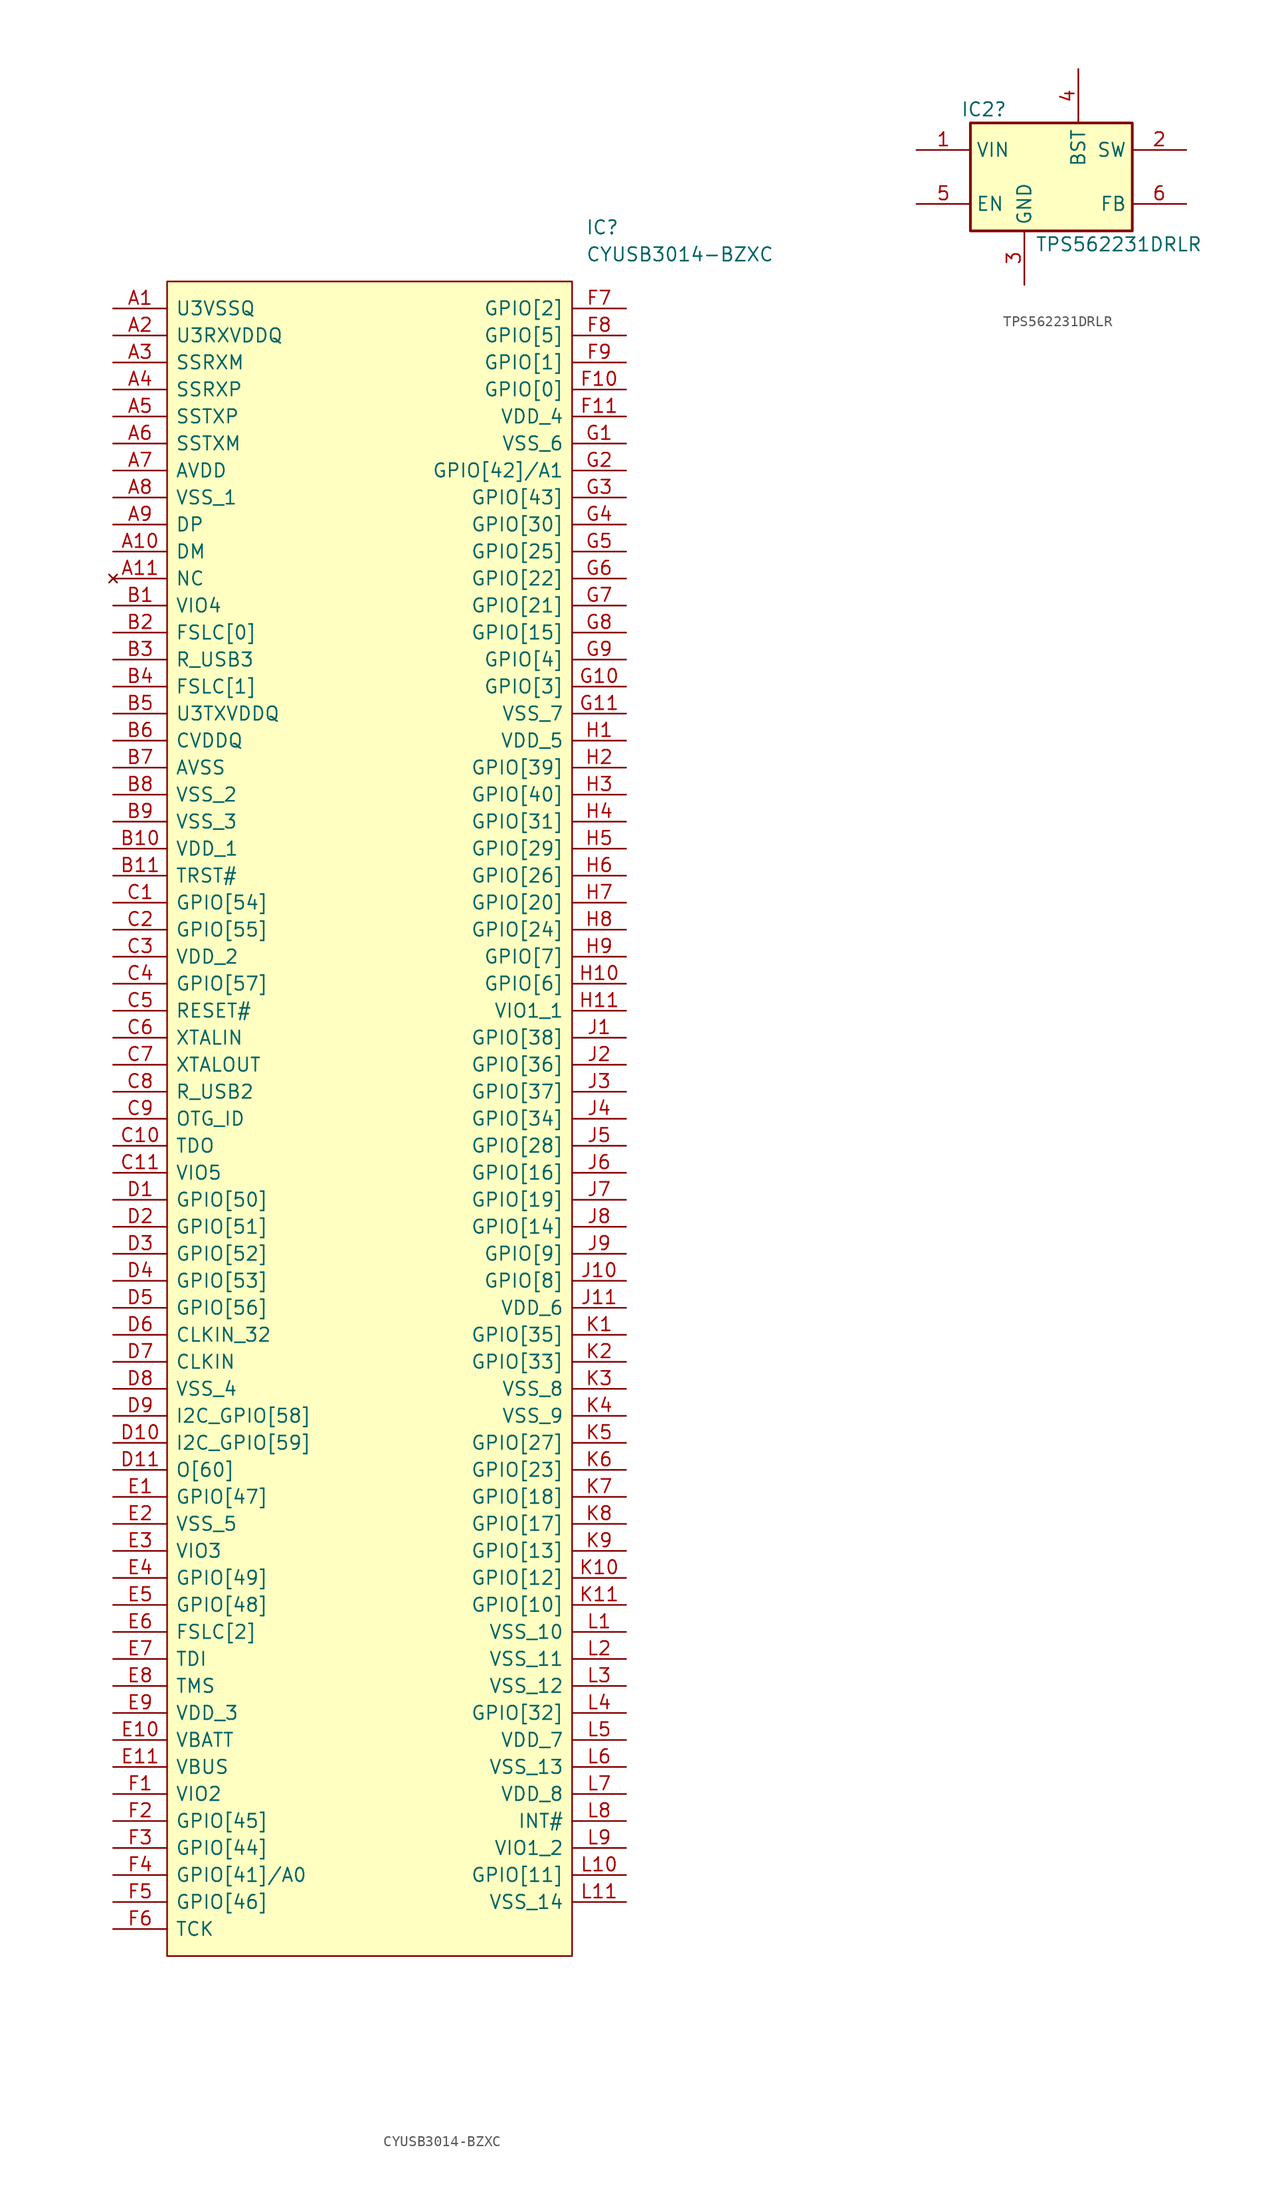
<source format=kicad_sym>
(kicad_symbol_lib
  (version 20220914)
  (generator kicad_symbol_editor)
  (symbol "CYUSB3014-BZXC"
    (pin_names
      (offset 0.762))
    (property "Reference" "IC"
      (at 44.45 7.62 0)
      (effects (font (size 1.27 1.27)) (justify left)))
    (property "Value" "CYUSB3014-BZXC"
      (at 44.45 5.08 0)
      (effects (font (size 1.27 1.27)) (justify left)))
    (symbol "CYUSB3014-BZXC_0_0"
      (pin passive line (at 0 0 0) (length 5.08) (name "U3VSSQ" (effects (font (size 1.27 1.27)))) (number "A1" (effects (font (size 1.27 1.27)))))
      (pin passive line (at 0 -22.86 0) (length 5.08) (name "DM" (effects (font (size 1.27 1.27)))) (number "A10" (effects (font (size 1.27 1.27)))))
      (pin no_connect line (at 0 -25.4 0) (length 5.08) (name "NC" (effects (font (size 1.27 1.27)))) (number "A11" (effects (font (size 1.27 1.27)))))
      (pin passive line (at 0 -2.54 0) (length 5.08) (name "U3RXVDDQ" (effects (font (size 1.27 1.27)))) (number "A2" (effects (font (size 1.27 1.27)))))
      (pin passive line (at 0 -5.08 0) (length 5.08) (name "SSRXM" (effects (font (size 1.27 1.27)))) (number "A3" (effects (font (size 1.27 1.27)))))
      (pin passive line (at 0 -7.62 0) (length 5.08) (name "SSRXP" (effects (font (size 1.27 1.27)))) (number "A4" (effects (font (size 1.27 1.27)))))
      (pin passive line (at 0 -10.16 0) (length 5.08) (name "SSTXP" (effects (font (size 1.27 1.27)))) (number "A5" (effects (font (size 1.27 1.27)))))
      (pin passive line (at 0 -12.7 0) (length 5.08) (name "SSTXM" (effects (font (size 1.27 1.27)))) (number "A6" (effects (font (size 1.27 1.27)))))
      (pin passive line (at 0 -15.24 0) (length 5.08) (name "AVDD" (effects (font (size 1.27 1.27)))) (number "A7" (effects (font (size 1.27 1.27)))))
      (pin passive line (at 0 -17.78 0) (length 5.08) (name "VSS_1" (effects (font (size 1.27 1.27)))) (number "A8" (effects (font (size 1.27 1.27)))))
      (pin passive line (at 0 -20.32 0) (length 5.08) (name "DP" (effects (font (size 1.27 1.27)))) (number "A9" (effects (font (size 1.27 1.27)))))
      (pin passive line (at 0 -27.94 0) (length 5.08) (name "VIO4" (effects (font (size 1.27 1.27)))) (number "B1" (effects (font (size 1.27 1.27)))))
      (pin passive line (at 0 -50.8 0) (length 5.08) (name "VDD_1" (effects (font (size 1.27 1.27)))) (number "B10" (effects (font (size 1.27 1.27)))))
      (pin passive line (at 0 -53.34 0) (length 5.08) (name "TRST#" (effects (font (size 1.27 1.27)))) (number "B11" (effects (font (size 1.27 1.27)))))
      (pin passive line (at 0 -30.48 0) (length 5.08) (name "FSLC[0]" (effects (font (size 1.27 1.27)))) (number "B2" (effects (font (size 1.27 1.27)))))
      (pin passive line (at 0 -33.02 0) (length 5.08) (name "R_USB3" (effects (font (size 1.27 1.27)))) (number "B3" (effects (font (size 1.27 1.27)))))
      (pin passive line (at 0 -35.56 0) (length 5.08) (name "FSLC[1]" (effects (font (size 1.27 1.27)))) (number "B4" (effects (font (size 1.27 1.27)))))
      (pin passive line (at 0 -38.1 0) (length 5.08) (name "U3TXVDDQ" (effects (font (size 1.27 1.27)))) (number "B5" (effects (font (size 1.27 1.27)))))
      (pin passive line (at 0 -40.64 0) (length 5.08) (name "CVDDQ" (effects (font (size 1.27 1.27)))) (number "B6" (effects (font (size 1.27 1.27)))))
      (pin passive line (at 0 -43.18 0) (length 5.08) (name "AVSS" (effects (font (size 1.27 1.27)))) (number "B7" (effects (font (size 1.27 1.27)))))
      (pin passive line (at 0 -45.72 0) (length 5.08) (name "VSS_2" (effects (font (size 1.27 1.27)))) (number "B8" (effects (font (size 1.27 1.27)))))
      (pin passive line (at 0 -48.26 0) (length 5.08) (name "VSS_3" (effects (font (size 1.27 1.27)))) (number "B9" (effects (font (size 1.27 1.27)))))
      (pin passive line (at 0 -55.88 0) (length 5.08) (name "GPIO[54]" (effects (font (size 1.27 1.27)))) (number "C1" (effects (font (size 1.27 1.27)))))
      (pin passive line (at 0 -78.74 0) (length 5.08) (name "TDO" (effects (font (size 1.27 1.27)))) (number "C10" (effects (font (size 1.27 1.27)))))
      (pin passive line (at 0 -81.28 0) (length 5.08) (name "VIO5" (effects (font (size 1.27 1.27)))) (number "C11" (effects (font (size 1.27 1.27)))))
      (pin passive line (at 0 -58.42 0) (length 5.08) (name "GPIO[55]" (effects (font (size 1.27 1.27)))) (number "C2" (effects (font (size 1.27 1.27)))))
      (pin passive line (at 0 -60.96 0) (length 5.08) (name "VDD_2" (effects (font (size 1.27 1.27)))) (number "C3" (effects (font (size 1.27 1.27)))))
      (pin passive line (at 0 -63.5 0) (length 5.08) (name "GPIO[57]" (effects (font (size 1.27 1.27)))) (number "C4" (effects (font (size 1.27 1.27)))))
      (pin passive line (at 0 -66.04 0) (length 5.08) (name "RESET#" (effects (font (size 1.27 1.27)))) (number "C5" (effects (font (size 1.27 1.27)))))
      (pin passive line (at 0 -68.58 0) (length 5.08) (name "XTALIN" (effects (font (size 1.27 1.27)))) (number "C6" (effects (font (size 1.27 1.27)))))
      (pin passive line (at 0 -71.12 0) (length 5.08) (name "XTALOUT" (effects (font (size 1.27 1.27)))) (number "C7" (effects (font (size 1.27 1.27)))))
      (pin passive line (at 0 -73.66 0) (length 5.08) (name "R_USB2" (effects (font (size 1.27 1.27)))) (number "C8" (effects (font (size 1.27 1.27)))))
      (pin passive line (at 0 -76.2 0) (length 5.08) (name "OTG_ID" (effects (font (size 1.27 1.27)))) (number "C9" (effects (font (size 1.27 1.27)))))
      (pin passive line (at 0 -83.82 0) (length 5.08) (name "GPIO[50]" (effects (font (size 1.27 1.27)))) (number "D1" (effects (font (size 1.27 1.27)))))
      (pin passive line (at 0 -106.68 0) (length 5.08) (name "I2C_GPIO[59]" (effects (font (size 1.27 1.27)))) (number "D10" (effects (font (size 1.27 1.27)))))
      (pin passive line (at 0 -109.22 0) (length 5.08) (name "O[60]" (effects (font (size 1.27 1.27)))) (number "D11" (effects (font (size 1.27 1.27)))))
      (pin passive line (at 0 -86.36 0) (length 5.08) (name "GPIO[51]" (effects (font (size 1.27 1.27)))) (number "D2" (effects (font (size 1.27 1.27)))))
      (pin passive line (at 0 -88.9 0) (length 5.08) (name "GPIO[52]" (effects (font (size 1.27 1.27)))) (number "D3" (effects (font (size 1.27 1.27)))))
      (pin passive line (at 0 -91.44 0) (length 5.08) (name "GPIO[53]" (effects (font (size 1.27 1.27)))) (number "D4" (effects (font (size 1.27 1.27)))))
      (pin passive line (at 0 -93.98 0) (length 5.08) (name "GPIO[56]" (effects (font (size 1.27 1.27)))) (number "D5" (effects (font (size 1.27 1.27)))))
      (pin passive line (at 0 -96.52 0) (length 5.08) (name "CLKIN_32" (effects (font (size 1.27 1.27)))) (number "D6" (effects (font (size 1.27 1.27)))))
      (pin passive line (at 0 -99.06 0) (length 5.08) (name "CLKIN" (effects (font (size 1.27 1.27)))) (number "D7" (effects (font (size 1.27 1.27)))))
      (pin passive line (at 0 -101.6 0) (length 5.08) (name "VSS_4" (effects (font (size 1.27 1.27)))) (number "D8" (effects (font (size 1.27 1.27)))))
      (pin passive line (at 0 -104.14 0) (length 5.08) (name "I2C_GPIO[58]" (effects (font (size 1.27 1.27)))) (number "D9" (effects (font (size 1.27 1.27)))))
      (pin passive line (at 0 -111.76 0) (length 5.08) (name "GPIO[47]" (effects (font (size 1.27 1.27)))) (number "E1" (effects (font (size 1.27 1.27)))))
      (pin passive line (at 0 -134.62 0) (length 5.08) (name "VBATT" (effects (font (size 1.27 1.27)))) (number "E10" (effects (font (size 1.27 1.27)))))
      (pin passive line (at 0 -137.16 0) (length 5.08) (name "VBUS" (effects (font (size 1.27 1.27)))) (number "E11" (effects (font (size 1.27 1.27)))))
      (pin passive line (at 0 -114.3 0) (length 5.08) (name "VSS_5" (effects (font (size 1.27 1.27)))) (number "E2" (effects (font (size 1.27 1.27)))))
      (pin passive line (at 0 -116.84 0) (length 5.08) (name "VIO3" (effects (font (size 1.27 1.27)))) (number "E3" (effects (font (size 1.27 1.27)))))
      (pin passive line (at 0 -119.38 0) (length 5.08) (name "GPIO[49]" (effects (font (size 1.27 1.27)))) (number "E4" (effects (font (size 1.27 1.27)))))
      (pin passive line (at 0 -121.92 0) (length 5.08) (name "GPIO[48]" (effects (font (size 1.27 1.27)))) (number "E5" (effects (font (size 1.27 1.27)))))
      (pin passive line (at 0 -124.46 0) (length 5.08) (name "FSLC[2]" (effects (font (size 1.27 1.27)))) (number "E6" (effects (font (size 1.27 1.27)))))
      (pin passive line (at 0 -127 0) (length 5.08) (name "TDI" (effects (font (size 1.27 1.27)))) (number "E7" (effects (font (size 1.27 1.27)))))
      (pin passive line (at 0 -129.54 0) (length 5.08) (name "TMS" (effects (font (size 1.27 1.27)))) (number "E8" (effects (font (size 1.27 1.27)))))
      (pin passive line (at 0 -132.08 0) (length 5.08) (name "VDD_3" (effects (font (size 1.27 1.27)))) (number "E9" (effects (font (size 1.27 1.27)))))
      (pin passive line (at 0 -139.7 0) (length 5.08) (name "VIO2" (effects (font (size 1.27 1.27)))) (number "F1" (effects (font (size 1.27 1.27)))))
      (pin passive line (at 48.26 -7.62 180) (length 5.08) (name "GPIO[0]" (effects (font (size 1.27 1.27)))) (number "F10" (effects (font (size 1.27 1.27)))))
      (pin passive line (at 48.26 -10.16 180) (length 5.08) (name "VDD_4" (effects (font (size 1.27 1.27)))) (number "F11" (effects (font (size 1.27 1.27)))))
      (pin passive line (at 0 -142.24 0) (length 5.08) (name "GPIO[45]" (effects (font (size 1.27 1.27)))) (number "F2" (effects (font (size 1.27 1.27)))))
      (pin passive line (at 0 -144.78 0) (length 5.08) (name "GPIO[44]" (effects (font (size 1.27 1.27)))) (number "F3" (effects (font (size 1.27 1.27)))))
      (pin passive line (at 0 -147.32 0) (length 5.08) (name "GPIO[41]/A0" (effects (font (size 1.27 1.27)))) (number "F4" (effects (font (size 1.27 1.27)))))
      (pin passive line (at 0 -149.86 0) (length 5.08) (name "GPIO[46]" (effects (font (size 1.27 1.27)))) (number "F5" (effects (font (size 1.27 1.27)))))
      (pin passive line (at 0 -152.4 0) (length 5.08) (name "TCK" (effects (font (size 1.27 1.27)))) (number "F6" (effects (font (size 1.27 1.27)))))
      (pin passive line (at 48.26 0 180) (length 5.08) (name "GPIO[2]" (effects (font (size 1.27 1.27)))) (number "F7" (effects (font (size 1.27 1.27)))))
      (pin passive line (at 48.26 -2.54 180) (length 5.08) (name "GPIO[5]" (effects (font (size 1.27 1.27)))) (number "F8" (effects (font (size 1.27 1.27)))))
      (pin passive line (at 48.26 -5.08 180) (length 5.08) (name "GPIO[1]" (effects (font (size 1.27 1.27)))) (number "F9" (effects (font (size 1.27 1.27)))))
      (pin passive line (at 48.26 -12.7 180) (length 5.08) (name "VSS_6" (effects (font (size 1.27 1.27)))) (number "G1" (effects (font (size 1.27 1.27)))))
      (pin passive line (at 48.26 -35.56 180) (length 5.08) (name "GPIO[3]" (effects (font (size 1.27 1.27)))) (number "G10" (effects (font (size 1.27 1.27)))))
      (pin passive line (at 48.26 -38.1 180) (length 5.08) (name "VSS_7" (effects (font (size 1.27 1.27)))) (number "G11" (effects (font (size 1.27 1.27)))))
      (pin passive line (at 48.26 -15.24 180) (length 5.08) (name "GPIO[42]/A1" (effects (font (size 1.27 1.27)))) (number "G2" (effects (font (size 1.27 1.27)))))
      (pin passive line (at 48.26 -17.78 180) (length 5.08) (name "GPIO[43]" (effects (font (size 1.27 1.27)))) (number "G3" (effects (font (size 1.27 1.27)))))
      (pin passive line (at 48.26 -20.32 180) (length 5.08) (name "GPIO[30]" (effects (font (size 1.27 1.27)))) (number "G4" (effects (font (size 1.27 1.27)))))
      (pin passive line (at 48.26 -22.86 180) (length 5.08) (name "GPIO[25]" (effects (font (size 1.27 1.27)))) (number "G5" (effects (font (size 1.27 1.27)))))
      (pin passive line (at 48.26 -25.4 180) (length 5.08) (name "GPIO[22]" (effects (font (size 1.27 1.27)))) (number "G6" (effects (font (size 1.27 1.27)))))
      (pin passive line (at 48.26 -27.94 180) (length 5.08) (name "GPIO[21]" (effects (font (size 1.27 1.27)))) (number "G7" (effects (font (size 1.27 1.27)))))
      (pin passive line (at 48.26 -30.48 180) (length 5.08) (name "GPIO[15]" (effects (font (size 1.27 1.27)))) (number "G8" (effects (font (size 1.27 1.27)))))
      (pin passive line (at 48.26 -33.02 180) (length 5.08) (name "GPIO[4]" (effects (font (size 1.27 1.27)))) (number "G9" (effects (font (size 1.27 1.27)))))
      (pin passive line (at 48.26 -40.64 180) (length 5.08) (name "VDD_5" (effects (font (size 1.27 1.27)))) (number "H1" (effects (font (size 1.27 1.27)))))
      (pin passive line (at 48.26 -63.5 180) (length 5.08) (name "GPIO[6]" (effects (font (size 1.27 1.27)))) (number "H10" (effects (font (size 1.27 1.27)))))
      (pin passive line (at 48.26 -66.04 180) (length 5.08) (name "VIO1_1" (effects (font (size 1.27 1.27)))) (number "H11" (effects (font (size 1.27 1.27)))))
      (pin passive line (at 48.26 -43.18 180) (length 5.08) (name "GPIO[39]" (effects (font (size 1.27 1.27)))) (number "H2" (effects (font (size 1.27 1.27)))))
      (pin passive line (at 48.26 -45.72 180) (length 5.08) (name "GPIO[40]" (effects (font (size 1.27 1.27)))) (number "H3" (effects (font (size 1.27 1.27)))))
      (pin passive line (at 48.26 -48.26 180) (length 5.08) (name "GPIO[31]" (effects (font (size 1.27 1.27)))) (number "H4" (effects (font (size 1.27 1.27)))))
      (pin passive line (at 48.26 -50.8 180) (length 5.08) (name "GPIO[29]" (effects (font (size 1.27 1.27)))) (number "H5" (effects (font (size 1.27 1.27)))))
      (pin passive line (at 48.26 -53.34 180) (length 5.08) (name "GPIO[26]" (effects (font (size 1.27 1.27)))) (number "H6" (effects (font (size 1.27 1.27)))))
      (pin passive line (at 48.26 -55.88 180) (length 5.08) (name "GPIO[20]" (effects (font (size 1.27 1.27)))) (number "H7" (effects (font (size 1.27 1.27)))))
      (pin passive line (at 48.26 -58.42 180) (length 5.08) (name "GPIO[24]" (effects (font (size 1.27 1.27)))) (number "H8" (effects (font (size 1.27 1.27)))))
      (pin passive line (at 48.26 -60.96 180) (length 5.08) (name "GPIO[7]" (effects (font (size 1.27 1.27)))) (number "H9" (effects (font (size 1.27 1.27)))))
      (pin passive line (at 48.26 -68.58 180) (length 5.08) (name "GPIO[38]" (effects (font (size 1.27 1.27)))) (number "J1" (effects (font (size 1.27 1.27)))))
      (pin passive line (at 48.26 -91.44 180) (length 5.08) (name "GPIO[8]" (effects (font (size 1.27 1.27)))) (number "J10" (effects (font (size 1.27 1.27)))))
      (pin passive line (at 48.26 -93.98 180) (length 5.08) (name "VDD_6" (effects (font (size 1.27 1.27)))) (number "J11" (effects (font (size 1.27 1.27)))))
      (pin passive line (at 48.26 -71.12 180) (length 5.08) (name "GPIO[36]" (effects (font (size 1.27 1.27)))) (number "J2" (effects (font (size 1.27 1.27)))))
      (pin passive line (at 48.26 -73.66 180) (length 5.08) (name "GPIO[37]" (effects (font (size 1.27 1.27)))) (number "J3" (effects (font (size 1.27 1.27)))))
      (pin passive line (at 48.26 -76.2 180) (length 5.08) (name "GPIO[34]" (effects (font (size 1.27 1.27)))) (number "J4" (effects (font (size 1.27 1.27)))))
      (pin passive line (at 48.26 -78.74 180) (length 5.08) (name "GPIO[28]" (effects (font (size 1.27 1.27)))) (number "J5" (effects (font (size 1.27 1.27)))))
      (pin passive line (at 48.26 -81.28 180) (length 5.08) (name "GPIO[16]" (effects (font (size 1.27 1.27)))) (number "J6" (effects (font (size 1.27 1.27)))))
      (pin passive line (at 48.26 -83.82 180) (length 5.08) (name "GPIO[19]" (effects (font (size 1.27 1.27)))) (number "J7" (effects (font (size 1.27 1.27)))))
      (pin passive line (at 48.26 -86.36 180) (length 5.08) (name "GPIO[14]" (effects (font (size 1.27 1.27)))) (number "J8" (effects (font (size 1.27 1.27)))))
      (pin passive line (at 48.26 -88.9 180) (length 5.08) (name "GPIO[9]" (effects (font (size 1.27 1.27)))) (number "J9" (effects (font (size 1.27 1.27)))))
      (pin passive line (at 48.26 -96.52 180) (length 5.08) (name "GPIO[35]" (effects (font (size 1.27 1.27)))) (number "K1" (effects (font (size 1.27 1.27)))))
      (pin passive line (at 48.26 -119.38 180) (length 5.08) (name "GPIO[12]" (effects (font (size 1.27 1.27)))) (number "K10" (effects (font (size 1.27 1.27)))))
      (pin passive line (at 48.26 -121.92 180) (length 5.08) (name "GPIO[10]" (effects (font (size 1.27 1.27)))) (number "K11" (effects (font (size 1.27 1.27)))))
      (pin passive line (at 48.26 -99.06 180) (length 5.08) (name "GPIO[33]" (effects (font (size 1.27 1.27)))) (number "K2" (effects (font (size 1.27 1.27)))))
      (pin passive line (at 48.26 -101.6 180) (length 5.08) (name "VSS_8" (effects (font (size 1.27 1.27)))) (number "K3" (effects (font (size 1.27 1.27)))))
      (pin passive line (at 48.26 -104.14 180) (length 5.08) (name "VSS_9" (effects (font (size 1.27 1.27)))) (number "K4" (effects (font (size 1.27 1.27)))))
      (pin passive line (at 48.26 -106.68 180) (length 5.08) (name "GPIO[27]" (effects (font (size 1.27 1.27)))) (number "K5" (effects (font (size 1.27 1.27)))))
      (pin passive line (at 48.26 -109.22 180) (length 5.08) (name "GPIO[23]" (effects (font (size 1.27 1.27)))) (number "K6" (effects (font (size 1.27 1.27)))))
      (pin passive line (at 48.26 -111.76 180) (length 5.08) (name "GPIO[18]" (effects (font (size 1.27 1.27)))) (number "K7" (effects (font (size 1.27 1.27)))))
      (pin passive line (at 48.26 -114.3 180) (length 5.08) (name "GPIO[17]" (effects (font (size 1.27 1.27)))) (number "K8" (effects (font (size 1.27 1.27)))))
      (pin passive line (at 48.26 -116.84 180) (length 5.08) (name "GPIO[13]" (effects (font (size 1.27 1.27)))) (number "K9" (effects (font (size 1.27 1.27)))))
      (pin passive line (at 48.26 -124.46 180) (length 5.08) (name "VSS_10" (effects (font (size 1.27 1.27)))) (number "L1" (effects (font (size 1.27 1.27)))))
      (pin passive line (at 48.26 -147.32 180) (length 5.08) (name "GPIO[11]" (effects (font (size 1.27 1.27)))) (number "L10" (effects (font (size 1.27 1.27)))))
      (pin passive line (at 48.26 -149.86 180) (length 5.08) (name "VSS_14" (effects (font (size 1.27 1.27)))) (number "L11" (effects (font (size 1.27 1.27)))))
      (pin passive line (at 48.26 -127 180) (length 5.08) (name "VSS_11" (effects (font (size 1.27 1.27)))) (number "L2" (effects (font (size 1.27 1.27)))))
      (pin passive line (at 48.26 -129.54 180) (length 5.08) (name "VSS_12" (effects (font (size 1.27 1.27)))) (number "L3" (effects (font (size 1.27 1.27)))))
      (pin passive line (at 48.26 -132.08 180) (length 5.08) (name "GPIO[32]" (effects (font (size 1.27 1.27)))) (number "L4" (effects (font (size 1.27 1.27)))))
      (pin passive line (at 48.26 -134.62 180) (length 5.08) (name "VDD_7" (effects (font (size 1.27 1.27)))) (number "L5" (effects (font (size 1.27 1.27)))))
      (pin passive line (at 48.26 -137.16 180) (length 5.08) (name "VSS_13" (effects (font (size 1.27 1.27)))) (number "L6" (effects (font (size 1.27 1.27)))))
      (pin passive line (at 48.26 -139.7 180) (length 5.08) (name "VDD_8" (effects (font (size 1.27 1.27)))) (number "L7" (effects (font (size 1.27 1.27)))))
      (pin passive line (at 48.26 -142.24 180) (length 5.08) (name "INT#" (effects (font (size 1.27 1.27)))) (number "L8" (effects (font (size 1.27 1.27)))))
      (pin passive line (at 48.26 -144.78 180) (length 5.08) (name "VIO1_2" (effects (font (size 1.27 1.27)))) (number "L9" (effects (font (size 1.27 1.27))))))
    (symbol "CYUSB3014-BZXC_1_1"
      (polyline (pts (xy 5.08 2.54) (xy 43.18 2.54) (xy 43.18 -154.94) (xy 5.08 -154.94) (xy 5.08 2.54)) (stroke (width 0.152) (type solid)) (fill (type background)))))
  (symbol "TPS562231DRLR"
    (property "Reference" "IC2"
      (at 6.35 3.81 0)
      (effects (font (size 1.27 1.27))))
    (property "Value" "TPS562231DRLR"
      (at 19.05 -8.89 0)
      (effects (font (size 1.27 1.27))))
    (symbol "TPS562231DRLR_1_1"
      (rectangle (start 5.08 2.54) (end 20.32 -7.62) (stroke (width 0.254) (type default)) (fill (type background)))
      (pin power_in line (at 0 0 0) (length 5.08) (name "VIN" (effects (font (size 1.27 1.27)))) (number "1" (effects (font (size 1.27 1.27)))))
      (pin power_out line (at 25.4 0 180) (length 5.08) (name "SW" (effects (font (size 1.27 1.27)))) (number "2" (effects (font (size 1.27 1.27)))))
      (pin power_in line (at 10.16 -12.7 90) (length 5.08) (name "GND" (effects (font (size 1.27 1.27)))) (number "3" (effects (font (size 1.27 1.27)))))
      (pin passive line (at 15.24 7.62 270) (length 5.08) (name "BST" (effects (font (size 1.27 1.27)))) (number "4" (effects (font (size 1.27 1.27)))))
      (pin input line (at 0 -5.08 0) (length 5.08) (name "EN" (effects (font (size 1.27 1.27)))) (number "5" (effects (font (size 1.27 1.27)))))
      (pin input line (at 25.4 -5.08 180) (length 5.08) (name "FB" (effects (font (size 1.27 1.27)))) (number "6" (effects (font (size 1.27 1.27))))))))
</source>
